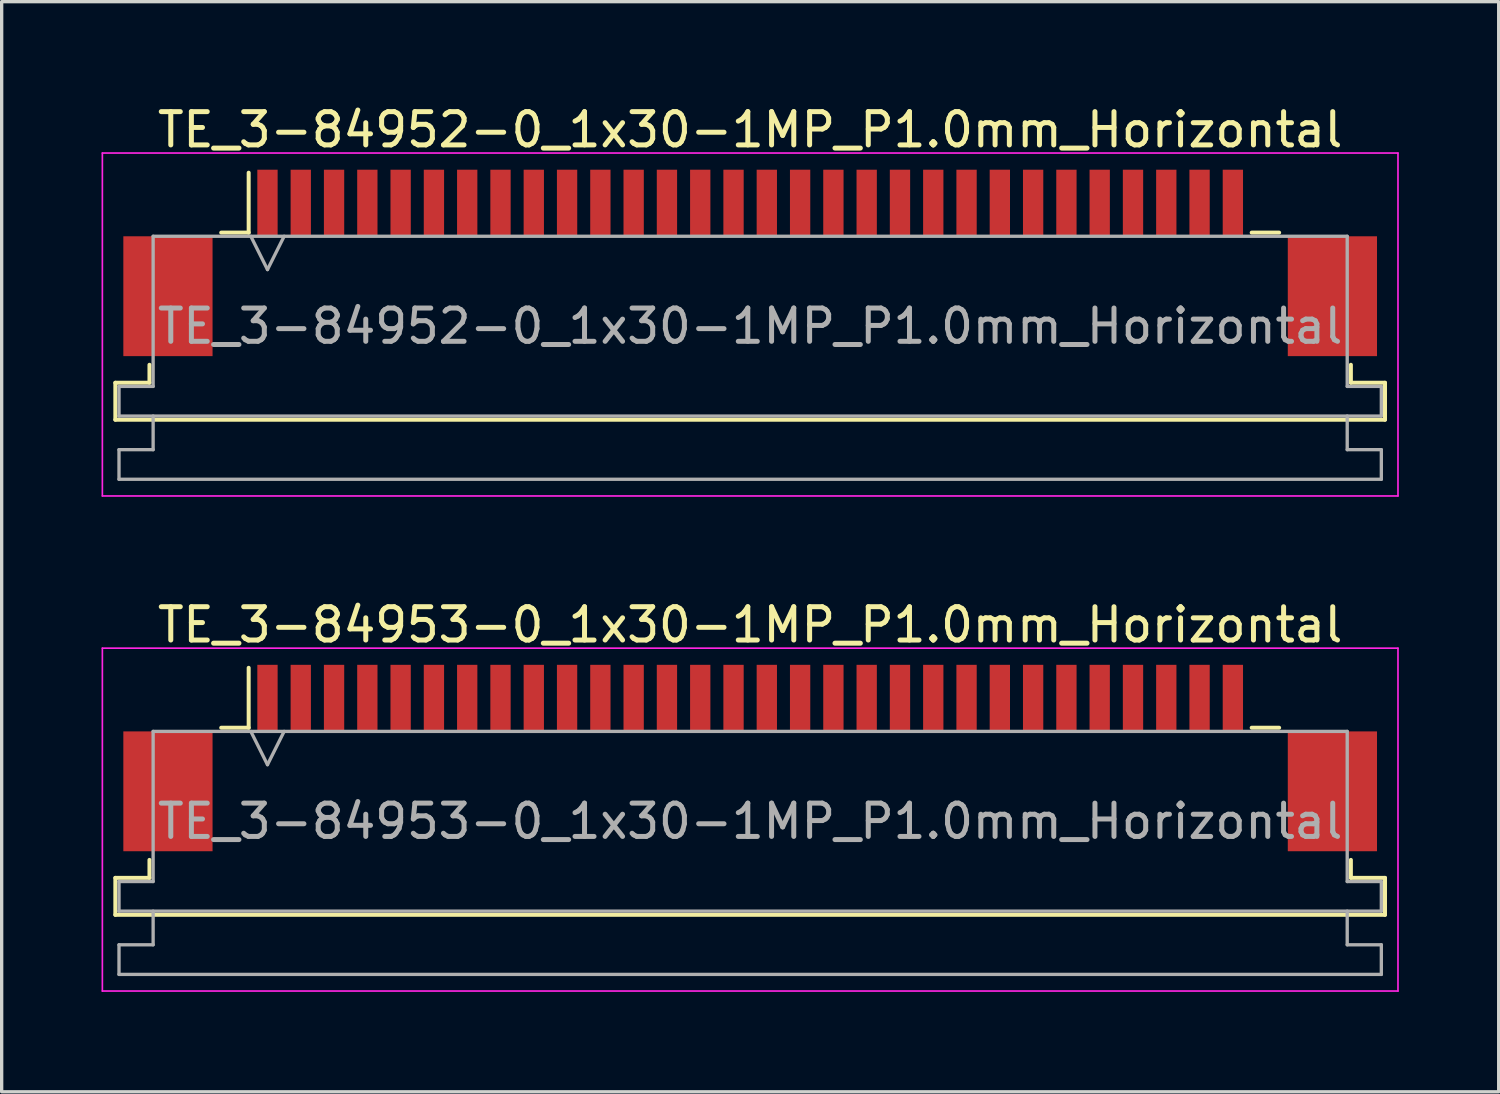
<source format=kicad_pcb>
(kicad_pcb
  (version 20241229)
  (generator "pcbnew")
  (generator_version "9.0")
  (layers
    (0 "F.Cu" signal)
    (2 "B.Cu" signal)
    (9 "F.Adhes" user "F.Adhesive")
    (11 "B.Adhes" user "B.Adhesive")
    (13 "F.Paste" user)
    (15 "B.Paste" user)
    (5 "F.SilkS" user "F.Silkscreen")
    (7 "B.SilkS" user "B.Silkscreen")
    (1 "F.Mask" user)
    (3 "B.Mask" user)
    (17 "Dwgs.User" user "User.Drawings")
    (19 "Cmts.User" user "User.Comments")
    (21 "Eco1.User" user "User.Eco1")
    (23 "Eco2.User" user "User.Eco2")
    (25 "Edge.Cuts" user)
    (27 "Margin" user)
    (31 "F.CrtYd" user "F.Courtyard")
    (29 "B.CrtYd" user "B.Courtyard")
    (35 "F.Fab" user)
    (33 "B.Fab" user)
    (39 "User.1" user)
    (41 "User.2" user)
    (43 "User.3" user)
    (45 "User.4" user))
  (footprint "TE_3-84952-0_1x30-1MP_P1.0mm_Horizontal"
    (layer "F.Cu")
    (at 19.485 4.848)
    (property "Reference" "TE_3-84952-0_1x30-1MP_P1.0mm_Horizontal" (at 0 -4 0) (layer "F.SilkS") (effects (font (size 1 1) (thickness 0.15))))
    (attr smd)
    (fp_line (start -19.07 3.6) (end -18.045 3.6) (stroke (width 0.12) (type solid)) (layer "F.SilkS"))
    (fp_line (start -19.07 4.71) (end -19.07 3.6) (stroke (width 0.12) (type solid)) (layer "F.SilkS"))
    (fp_line (start -18.045 3.6) (end -18.045 3.06) (stroke (width 0.12) (type solid)) (layer "F.SilkS"))
    (fp_line (start -15.89 -0.91) (end -15.065 -0.91) (stroke (width 0.12) (type solid)) (layer "F.SilkS"))
    (fp_line (start -15.065 -0.91) (end -15.065 -2.71) (stroke (width 0.12) (type solid)) (layer "F.SilkS"))
    (fp_line (start 15.065 -0.91) (end 15.89 -0.91) (stroke (width 0.12) (type solid)) (layer "F.SilkS"))
    (fp_line (start 18.045 3.06) (end 18.045 3.6) (stroke (width 0.12) (type solid)) (layer "F.SilkS"))
    (fp_line (start 18.045 3.6) (end 19.07 3.6) (stroke (width 0.12) (type solid)) (layer "F.SilkS"))
    (fp_line (start 19.07 3.6) (end 19.07 4.71) (stroke (width 0.12) (type solid)) (layer "F.SilkS"))
    (fp_line (start 19.07 4.71) (end -19.07 4.71) (stroke (width 0.12) (type solid)) (layer "F.SilkS"))
    (fp_line (start -19.46 -3.3) (end -19.46 7) (stroke (width 0.05) (type solid)) (layer "F.CrtYd"))
    (fp_line (start -19.46 7) (end 19.46 7) (stroke (width 0.05) (type solid)) (layer "F.CrtYd"))
    (fp_line (start 19.46 -3.3) (end -19.46 -3.3) (stroke (width 0.05) (type solid)) (layer "F.CrtYd"))
    (fp_line (start 19.46 7) (end 19.46 -3.3) (stroke (width 0.05) (type solid)) (layer "F.CrtYd"))
    (fp_line (start -18.96 3.71) (end -17.935 3.71) (stroke (width 0.1) (type solid)) (layer "F.Fab"))
    (fp_line (start -18.96 4.6) (end -18.96 3.71) (stroke (width 0.1) (type solid)) (layer "F.Fab"))
    (fp_line (start -18.96 5.61) (end -17.935 5.61) (stroke (width 0.1) (type solid)) (layer "F.Fab"))
    (fp_line (start -18.96 6.5) (end -18.96 5.61) (stroke (width 0.1) (type solid)) (layer "F.Fab"))
    (fp_line (start -17.935 -0.8) (end 17.935 -0.8) (stroke (width 0.1) (type solid)) (layer "F.Fab"))
    (fp_line (start -17.935 3.71) (end -17.935 -0.8) (stroke (width 0.1) (type solid)) (layer "F.Fab"))
    (fp_line (start -17.935 5.61) (end -17.935 4.6) (stroke (width 0.1) (type solid)) (layer "F.Fab"))
    (fp_line (start -15 -0.8) (end -14.5 0.2) (stroke (width 0.1) (type solid)) (layer "F.Fab"))
    (fp_line (start -14.5 0.2) (end -14 -0.8) (stroke (width 0.1) (type solid)) (layer "F.Fab"))
    (fp_line (start 17.935 -0.8) (end 17.935 3.71) (stroke (width 0.1) (type solid)) (layer "F.Fab"))
    (fp_line (start 17.935 3.71) (end 18.96 3.71) (stroke (width 0.1) (type solid)) (layer "F.Fab"))
    (fp_line (start 17.935 4.6) (end 17.935 5.61) (stroke (width 0.1) (type solid)) (layer "F.Fab"))
    (fp_line (start 17.935 5.61) (end 18.96 5.61) (stroke (width 0.1) (type solid)) (layer "F.Fab"))
    (fp_line (start 18.96 3.71) (end 18.96 4.6) (stroke (width 0.1) (type solid)) (layer "F.Fab"))
    (fp_line (start 18.96 4.6) (end -18.96 4.6) (stroke (width 0.1) (type solid)) (layer "F.Fab"))
    (fp_line (start 18.96 5.61) (end 18.96 6.5) (stroke (width 0.1) (type solid)) (layer "F.Fab"))
    (fp_line (start 18.96 6.5) (end -18.96 6.5) (stroke (width 0.1) (type solid)) (layer "F.Fab"))
    (fp_text user "${REFERENCE}" (at 0 1.9 0) (layer "F.Fab") (effects (font (size 1 1) (thickness 0.15))))
    (pad "1" smd rect (at -14.5 -1.8) (size 0.61 2) (layers "F.Cu" "F.Mask" "F.Paste"))
    (pad "2" smd rect (at -13.5 -1.8) (size 0.61 2) (layers "F.Cu" "F.Mask" "F.Paste"))
    (pad "3" smd rect (at -12.5 -1.8) (size 0.61 2) (layers "F.Cu" "F.Mask" "F.Paste"))
    (pad "4" smd rect (at -11.5 -1.8) (size 0.61 2) (layers "F.Cu" "F.Mask" "F.Paste"))
    (pad "5" smd rect (at -10.5 -1.8) (size 0.61 2) (layers "F.Cu" "F.Mask" "F.Paste"))
    (pad "6" smd rect (at -9.5 -1.8) (size 0.61 2) (layers "F.Cu" "F.Mask" "F.Paste"))
    (pad "7" smd rect (at -8.5 -1.8) (size 0.61 2) (layers "F.Cu" "F.Mask" "F.Paste"))
    (pad "8" smd rect (at -7.5 -1.8) (size 0.61 2) (layers "F.Cu" "F.Mask" "F.Paste"))
    (pad "9" smd rect (at -6.5 -1.8) (size 0.61 2) (layers "F.Cu" "F.Mask" "F.Paste"))
    (pad "10" smd rect (at -5.5 -1.8) (size 0.61 2) (layers "F.Cu" "F.Mask" "F.Paste"))
    (pad "11" smd rect (at -4.5 -1.8) (size 0.61 2) (layers "F.Cu" "F.Mask" "F.Paste"))
    (pad "12" smd rect (at -3.5 -1.8) (size 0.61 2) (layers "F.Cu" "F.Mask" "F.Paste"))
    (pad "13" smd rect (at -2.5 -1.8) (size 0.61 2) (layers "F.Cu" "F.Mask" "F.Paste"))
    (pad "14" smd rect (at -1.5 -1.8) (size 0.61 2) (layers "F.Cu" "F.Mask" "F.Paste"))
    (pad "15" smd rect (at -0.5 -1.8) (size 0.61 2) (layers "F.Cu" "F.Mask" "F.Paste"))
    (pad "16" smd rect (at 0.5 -1.8) (size 0.61 2) (layers "F.Cu" "F.Mask" "F.Paste"))
    (pad "17" smd rect (at 1.5 -1.8) (size 0.61 2) (layers "F.Cu" "F.Mask" "F.Paste"))
    (pad "18" smd rect (at 2.5 -1.8) (size 0.61 2) (layers "F.Cu" "F.Mask" "F.Paste"))
    (pad "19" smd rect (at 3.5 -1.8) (size 0.61 2) (layers "F.Cu" "F.Mask" "F.Paste"))
    (pad "20" smd rect (at 4.5 -1.8) (size 0.61 2) (layers "F.Cu" "F.Mask" "F.Paste"))
    (pad "21" smd rect (at 5.5 -1.8) (size 0.61 2) (layers "F.Cu" "F.Mask" "F.Paste"))
    (pad "22" smd rect (at 6.5 -1.8) (size 0.61 2) (layers "F.Cu" "F.Mask" "F.Paste"))
    (pad "23" smd rect (at 7.5 -1.8) (size 0.61 2) (layers "F.Cu" "F.Mask" "F.Paste"))
    (pad "24" smd rect (at 8.5 -1.8) (size 0.61 2) (layers "F.Cu" "F.Mask" "F.Paste"))
    (pad "25" smd rect (at 9.5 -1.8) (size 0.61 2) (layers "F.Cu" "F.Mask" "F.Paste"))
    (pad "26" smd rect (at 10.5 -1.8) (size 0.61 2) (layers "F.Cu" "F.Mask" "F.Paste"))
    (pad "27" smd rect (at 11.5 -1.8) (size 0.61 2) (layers "F.Cu" "F.Mask" "F.Paste"))
    (pad "28" smd rect (at 12.5 -1.8) (size 0.61 2) (layers "F.Cu" "F.Mask" "F.Paste"))
    (pad "29" smd rect (at 13.5 -1.8) (size 0.61 2) (layers "F.Cu" "F.Mask" "F.Paste"))
    (pad "30" smd rect (at 14.5 -1.8) (size 0.61 2) (layers "F.Cu" "F.Mask" "F.Paste"))
    (pad "MP" smd rect (at -17.49 1) (size 2.68 3.6) (layers "F.Cu" "F.Mask" "F.Paste"))
    (pad "MP" smd rect (at 17.49 1) (size 2.68 3.6) (layers "F.Cu" "F.Mask" "F.Paste")))
  (footprint "TE_3-84953-0_1x30-1MP_P1.0mm_Horizontal"
    (layer "F.Cu")
    (at 19.485 19.721)
    (property "Reference" "TE_3-84953-0_1x30-1MP_P1.0mm_Horizontal" (at 0 -4 0) (layer "F.SilkS") (effects (font (size 1 1) (thickness 0.15))))
    (attr smd)
    (fp_line (start -19.07 3.6) (end -18.045 3.6) (stroke (width 0.12) (type solid)) (layer "F.SilkS"))
    (fp_line (start -19.07 4.71) (end -19.07 3.6) (stroke (width 0.12) (type solid)) (layer "F.SilkS"))
    (fp_line (start -18.045 3.6) (end -18.045 3.06) (stroke (width 0.12) (type solid)) (layer "F.SilkS"))
    (fp_line (start -15.89 -0.91) (end -15.065 -0.91) (stroke (width 0.12) (type solid)) (layer "F.SilkS"))
    (fp_line (start -15.065 -0.91) (end -15.065 -2.71) (stroke (width 0.12) (type solid)) (layer "F.SilkS"))
    (fp_line (start 15.065 -0.91) (end 15.89 -0.91) (stroke (width 0.12) (type solid)) (layer "F.SilkS"))
    (fp_line (start 18.045 3.06) (end 18.045 3.6) (stroke (width 0.12) (type solid)) (layer "F.SilkS"))
    (fp_line (start 18.045 3.6) (end 19.07 3.6) (stroke (width 0.12) (type solid)) (layer "F.SilkS"))
    (fp_line (start 19.07 3.6) (end 19.07 4.71) (stroke (width 0.12) (type solid)) (layer "F.SilkS"))
    (fp_line (start 19.07 4.71) (end -19.07 4.71) (stroke (width 0.12) (type solid)) (layer "F.SilkS"))
    (fp_line (start -19.46 -3.3) (end -19.46 7) (stroke (width 0.05) (type solid)) (layer "F.CrtYd"))
    (fp_line (start -19.46 7) (end 19.46 7) (stroke (width 0.05) (type solid)) (layer "F.CrtYd"))
    (fp_line (start 19.46 -3.3) (end -19.46 -3.3) (stroke (width 0.05) (type solid)) (layer "F.CrtYd"))
    (fp_line (start 19.46 7) (end 19.46 -3.3) (stroke (width 0.05) (type solid)) (layer "F.CrtYd"))
    (fp_line (start -18.96 3.71) (end -17.935 3.71) (stroke (width 0.1) (type solid)) (layer "F.Fab"))
    (fp_line (start -18.96 4.6) (end -18.96 3.71) (stroke (width 0.1) (type solid)) (layer "F.Fab"))
    (fp_line (start -18.96 5.61) (end -17.935 5.61) (stroke (width 0.1) (type solid)) (layer "F.Fab"))
    (fp_line (start -18.96 6.5) (end -18.96 5.61) (stroke (width 0.1) (type solid)) (layer "F.Fab"))
    (fp_line (start -17.935 -0.8) (end 17.935 -0.8) (stroke (width 0.1) (type solid)) (layer "F.Fab"))
    (fp_line (start -17.935 3.71) (end -17.935 -0.8) (stroke (width 0.1) (type solid)) (layer "F.Fab"))
    (fp_line (start -17.935 5.61) (end -17.935 4.6) (stroke (width 0.1) (type solid)) (layer "F.Fab"))
    (fp_line (start -15 -0.8) (end -14.5 0.2) (stroke (width 0.1) (type solid)) (layer "F.Fab"))
    (fp_line (start -14.5 0.2) (end -14 -0.8) (stroke (width 0.1) (type solid)) (layer "F.Fab"))
    (fp_line (start 17.935 -0.8) (end 17.935 3.71) (stroke (width 0.1) (type solid)) (layer "F.Fab"))
    (fp_line (start 17.935 3.71) (end 18.96 3.71) (stroke (width 0.1) (type solid)) (layer "F.Fab"))
    (fp_line (start 17.935 4.6) (end 17.935 5.61) (stroke (width 0.1) (type solid)) (layer "F.Fab"))
    (fp_line (start 17.935 5.61) (end 18.96 5.61) (stroke (width 0.1) (type solid)) (layer "F.Fab"))
    (fp_line (start 18.96 3.71) (end 18.96 4.6) (stroke (width 0.1) (type solid)) (layer "F.Fab"))
    (fp_line (start 18.96 4.6) (end -18.96 4.6) (stroke (width 0.1) (type solid)) (layer "F.Fab"))
    (fp_line (start 18.96 5.61) (end 18.96 6.5) (stroke (width 0.1) (type solid)) (layer "F.Fab"))
    (fp_line (start 18.96 6.5) (end -18.96 6.5) (stroke (width 0.1) (type solid)) (layer "F.Fab"))
    (fp_text user "${REFERENCE}" (at 0 1.9 0) (layer "F.Fab") (effects (font (size 1 1) (thickness 0.15))))
    (pad "1" smd rect (at -14.5 -1.8) (size 0.61 2) (layers "F.Cu" "F.Mask" "F.Paste"))
    (pad "2" smd rect (at -13.5 -1.8) (size 0.61 2) (layers "F.Cu" "F.Mask" "F.Paste"))
    (pad "3" smd rect (at -12.5 -1.8) (size 0.61 2) (layers "F.Cu" "F.Mask" "F.Paste"))
    (pad "4" smd rect (at -11.5 -1.8) (size 0.61 2) (layers "F.Cu" "F.Mask" "F.Paste"))
    (pad "5" smd rect (at -10.5 -1.8) (size 0.61 2) (layers "F.Cu" "F.Mask" "F.Paste"))
    (pad "6" smd rect (at -9.5 -1.8) (size 0.61 2) (layers "F.Cu" "F.Mask" "F.Paste"))
    (pad "7" smd rect (at -8.5 -1.8) (size 0.61 2) (layers "F.Cu" "F.Mask" "F.Paste"))
    (pad "8" smd rect (at -7.5 -1.8) (size 0.61 2) (layers "F.Cu" "F.Mask" "F.Paste"))
    (pad "9" smd rect (at -6.5 -1.8) (size 0.61 2) (layers "F.Cu" "F.Mask" "F.Paste"))
    (pad "10" smd rect (at -5.5 -1.8) (size 0.61 2) (layers "F.Cu" "F.Mask" "F.Paste"))
    (pad "11" smd rect (at -4.5 -1.8) (size 0.61 2) (layers "F.Cu" "F.Mask" "F.Paste"))
    (pad "12" smd rect (at -3.5 -1.8) (size 0.61 2) (layers "F.Cu" "F.Mask" "F.Paste"))
    (pad "13" smd rect (at -2.5 -1.8) (size 0.61 2) (layers "F.Cu" "F.Mask" "F.Paste"))
    (pad "14" smd rect (at -1.5 -1.8) (size 0.61 2) (layers "F.Cu" "F.Mask" "F.Paste"))
    (pad "15" smd rect (at -0.5 -1.8) (size 0.61 2) (layers "F.Cu" "F.Mask" "F.Paste"))
    (pad "16" smd rect (at 0.5 -1.8) (size 0.61 2) (layers "F.Cu" "F.Mask" "F.Paste"))
    (pad "17" smd rect (at 1.5 -1.8) (size 0.61 2) (layers "F.Cu" "F.Mask" "F.Paste"))
    (pad "18" smd rect (at 2.5 -1.8) (size 0.61 2) (layers "F.Cu" "F.Mask" "F.Paste"))
    (pad "19" smd rect (at 3.5 -1.8) (size 0.61 2) (layers "F.Cu" "F.Mask" "F.Paste"))
    (pad "20" smd rect (at 4.5 -1.8) (size 0.61 2) (layers "F.Cu" "F.Mask" "F.Paste"))
    (pad "21" smd rect (at 5.5 -1.8) (size 0.61 2) (layers "F.Cu" "F.Mask" "F.Paste"))
    (pad "22" smd rect (at 6.5 -1.8) (size 0.61 2) (layers "F.Cu" "F.Mask" "F.Paste"))
    (pad "23" smd rect (at 7.5 -1.8) (size 0.61 2) (layers "F.Cu" "F.Mask" "F.Paste"))
    (pad "24" smd rect (at 8.5 -1.8) (size 0.61 2) (layers "F.Cu" "F.Mask" "F.Paste"))
    (pad "25" smd rect (at 9.5 -1.8) (size 0.61 2) (layers "F.Cu" "F.Mask" "F.Paste"))
    (pad "26" smd rect (at 10.5 -1.8) (size 0.61 2) (layers "F.Cu" "F.Mask" "F.Paste"))
    (pad "27" smd rect (at 11.5 -1.8) (size 0.61 2) (layers "F.Cu" "F.Mask" "F.Paste"))
    (pad "28" smd rect (at 12.5 -1.8) (size 0.61 2) (layers "F.Cu" "F.Mask" "F.Paste"))
    (pad "29" smd rect (at 13.5 -1.8) (size 0.61 2) (layers "F.Cu" "F.Mask" "F.Paste"))
    (pad "30" smd rect (at 14.5 -1.8) (size 0.61 2) (layers "F.Cu" "F.Mask" "F.Paste"))
    (pad "MP" smd rect (at -17.49 1) (size 2.68 3.6) (layers "F.Cu" "F.Mask" "F.Paste"))
    (pad "MP" smd rect (at 17.49 1) (size 2.68 3.6) (layers "F.Cu" "F.Mask" "F.Paste")))
  (gr_rect
    (start -3 -3)
    (end 41.97 29.747)
    (stroke (width 0.1) (type default))
    (fill no)
    (layer "Edge.Cuts")))
</source>
